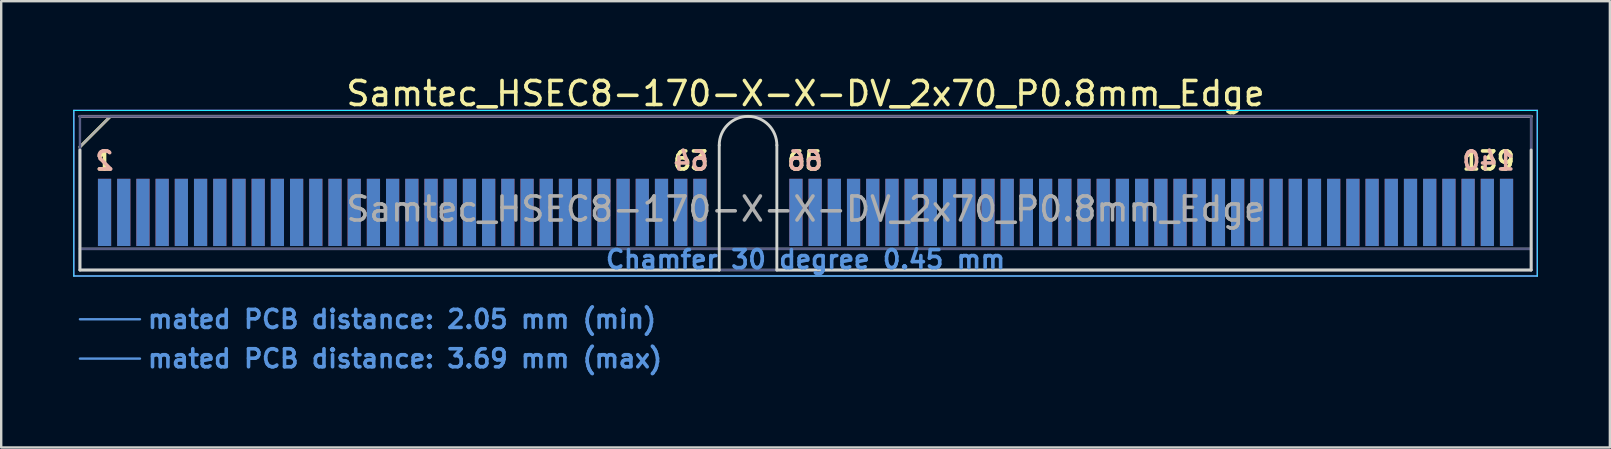
<source format=kicad_pcb>
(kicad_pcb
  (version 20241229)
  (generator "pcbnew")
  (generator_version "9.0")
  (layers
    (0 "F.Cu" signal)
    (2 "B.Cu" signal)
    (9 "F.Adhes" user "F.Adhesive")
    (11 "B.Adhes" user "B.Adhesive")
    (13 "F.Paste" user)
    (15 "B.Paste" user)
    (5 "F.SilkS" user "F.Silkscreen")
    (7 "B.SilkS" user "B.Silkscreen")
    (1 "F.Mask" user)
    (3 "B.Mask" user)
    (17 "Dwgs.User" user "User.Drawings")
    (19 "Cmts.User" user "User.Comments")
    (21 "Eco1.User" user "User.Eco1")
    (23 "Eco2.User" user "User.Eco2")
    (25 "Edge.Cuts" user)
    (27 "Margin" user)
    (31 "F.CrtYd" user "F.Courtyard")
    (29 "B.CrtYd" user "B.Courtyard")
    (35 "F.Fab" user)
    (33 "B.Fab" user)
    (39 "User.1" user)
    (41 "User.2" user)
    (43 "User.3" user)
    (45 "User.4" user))
  (footprint "Samtec_HSEC8-170-X-X-DV_2x70_P0.8mm_Edge"
    (layer "F.Cu")
    (at 30.505 8.198)
    (property "Reference" "Samtec_HSEC8-170-X-X-DV_2x70_P0.8mm_Edge" (at 0 -7.35 0) (layer "F.SilkS") (effects (font (size 1 1) (thickness 0.15))))
    (attr exclude_from_pos_files exclude_from_bom)
    (fp_line (start -30.225 -5.13) (end -28.955 -6.4) (stroke (width 0.12) (type solid)) (layer "F.SilkS"))
    (fp_line (start -28.955 -6.4) (end 30.225 -6.4) (stroke (width 0.12) (type solid)) (layer "F.SilkS"))
    (fp_line (start -30.225 -6.4) (end -30.225 -6.4) (stroke (width 0.12) (type solid)) (layer "B.SilkS"))
    (fp_line (start -30.225 -6.4) (end 30.225 -6.4) (stroke (width 0.12) (type solid)) (layer "B.SilkS"))
    (fp_line (start -30.225 2.05) (end -27.725 2.05) (stroke (width 0.1) (type solid)) (layer "Cmts.User"))
    (fp_line (start -30.225 3.69) (end -27.725 3.69) (stroke (width 0.1) (type solid)) (layer "Cmts.User"))
    (fp_line (start -30.225 -5) (end -30.225 0) (stroke (width 0.12) (type solid)) (layer "Edge.Cuts"))
    (fp_line (start -30.225 0) (end -3.595 0) (stroke (width 0.12) (type solid)) (layer "Edge.Cuts"))
    (fp_line (start -3.595 0) (end -3.595 -5.2) (stroke (width 0.12) (type solid)) (layer "Edge.Cuts"))
    (fp_line (start -1.195 -5.2) (end -1.195 0) (stroke (width 0.12) (type solid)) (layer "Edge.Cuts"))
    (fp_line (start -1.195 0) (end 30.225 0) (stroke (width 0.12) (type solid)) (layer "Edge.Cuts"))
    (fp_line (start 30.225 0) (end 30.225 -5) (stroke (width 0.12) (type solid)) (layer "Edge.Cuts"))
    (fp_arc (start -3.595 -5.2) (mid -2.395 -6.4) (end -1.195 -5.2) (stroke (width 0.12) (type solid)) (layer "Edge.Cuts"))
    (fp_line (start -30.48 -6.65) (end -30.48 0.25) (stroke (width 0.05) (type solid)) (layer "B.CrtYd"))
    (fp_line (start -30.48 0.25) (end 30.48 0.25) (stroke (width 0.05) (type solid)) (layer "B.CrtYd"))
    (fp_line (start 30.48 -6.65) (end -30.48 -6.65) (stroke (width 0.05) (type solid)) (layer "B.CrtYd"))
    (fp_line (start 30.48 0.25) (end 30.48 -6.65) (stroke (width 0.05) (type solid)) (layer "B.CrtYd"))
    (fp_line (start -30.48 -6.65) (end -30.48 0.25) (stroke (width 0.05) (type solid)) (layer "F.CrtYd"))
    (fp_line (start -30.48 0.25) (end 30.48 0.25) (stroke (width 0.05) (type solid)) (layer "F.CrtYd"))
    (fp_line (start 30.48 -6.65) (end -30.48 -6.65) (stroke (width 0.05) (type solid)) (layer "F.CrtYd"))
    (fp_line (start 30.48 0.25) (end 30.48 -6.65) (stroke (width 0.05) (type solid)) (layer "F.CrtYd"))
    (fp_line (start -30.225 -6.4) (end -30.225 -6.4) (stroke (width 0.1) (type solid)) (layer "B.Fab"))
    (fp_line (start -30.225 -6.4) (end -30.225 0) (stroke (width 0.1) (type solid)) (layer "B.Fab"))
    (fp_line (start -30.225 -6.4) (end 30.225 -6.4) (stroke (width 0.1) (type solid)) (layer "B.Fab"))
    (fp_line (start -30.225 -0.88) (end 30.225 -0.88) (stroke (width 0.1) (type solid)) (layer "B.Fab"))
    (fp_line (start -30.225 0) (end 30.225 0) (stroke (width 0.1) (type solid)) (layer "B.Fab"))
    (fp_line (start 30.225 -6.4) (end 30.225 0) (stroke (width 0.1) (type solid)) (layer "B.Fab"))
    (fp_line (start -30.225 -5.13) (end -30.225 0) (stroke (width 0.1) (type solid)) (layer "F.Fab"))
    (fp_line (start -30.225 -5.13) (end -28.955 -6.4) (stroke (width 0.1) (type solid)) (layer "F.Fab"))
    (fp_line (start -30.225 -0.88) (end 30.225 -0.88) (stroke (width 0.1) (type solid)) (layer "F.Fab"))
    (fp_line (start -30.225 0) (end 30.225 0) (stroke (width 0.1) (type solid)) (layer "F.Fab"))
    (fp_line (start -28.955 -6.4) (end 30.225 -6.4) (stroke (width 0.1) (type solid)) (layer "F.Fab"))
    (fp_line (start 30.225 -6.4) (end 30.225 0) (stroke (width 0.1) (type solid)) (layer "F.Fab"))
    (fp_text user "139" (at 28.45 -4.55 0) (layer "F.SilkS") (effects (font (size 0.75 0.75) (thickness 0.15))))
    (fp_text user "1" (at -29.2 -4.55 0) (layer "F.SilkS") (effects (font (size 0.75 0.75) (thickness 0.15))))
    (fp_text user "65" (at -0.025 -4.55 0) (layer "F.SilkS") (effects (font (size 0.75 0.75) (thickness 0.15))))
    (fp_text user "63" (at -4.775 -4.55 0) (layer "F.SilkS") (effects (font (size 0.75 0.75) (thickness 0.15))))
    (fp_text user "140" (at 28.45 -4.55 0) (layer "B.SilkS") (effects (font (size 0.75 0.75) (thickness 0.15)) (justify mirror)))
    (fp_text user "2" (at -29.2 -4.55 0) (layer "B.SilkS") (effects (font (size 0.75 0.75) (thickness 0.15)) (justify mirror)))
    (fp_text user "66" (at -0.025 -4.55 0) (layer "B.SilkS") (effects (font (size 0.75 0.75) (thickness 0.15)) (justify mirror)))
    (fp_text user "64" (at -4.775 -4.55 0) (layer "B.SilkS") (effects (font (size 0.75 0.75) (thickness 0.15)) (justify mirror)))
    (fp_text user "mated PCB distance: 3.69 mm (max)" (at -27.48 3.69 0) (layer "Cmts.User") (effects (font (size 0.75 0.75) (thickness 0.15)) (justify left)))
    (fp_text user "Chamfer 30 degree 0.45 mm" (at 0 -0.44 0) (layer "Cmts.User") (effects (font (size 0.75 0.75) (thickness 0.15))))
    (fp_text user "mated PCB distance: 2.05 mm (min)" (at -27.48 2.05 0) (layer "Cmts.User") (effects (font (size 0.75 0.75) (thickness 0.15)) (justify left)))
    (fp_text user "${REFERENCE}" (at 0 -2.54 0) (layer "F.Fab") (effects (font (size 1 1) (thickness 0.15))))
    (pad "1" connect rect (at -29.2 -2.4) (size 0.55 2.8) (layers "F.Cu" "F.Mask"))
    (pad "2" connect rect (at -29.2 -2.4) (size 0.55 2.8) (layers "B.Cu" "B.Mask"))
    (pad "3" connect rect (at -28.4 -2.4) (size 0.55 2.8) (layers "F.Cu" "F.Mask"))
    (pad "4" connect rect (at -28.4 -2.4) (size 0.55 2.8) (layers "B.Cu" "B.Mask"))
    (pad "5" connect rect (at -27.6 -2.4) (size 0.55 2.8) (layers "F.Cu" "F.Mask"))
    (pad "6" connect rect (at -27.6 -2.4) (size 0.55 2.8) (layers "B.Cu" "B.Mask"))
    (pad "7" connect rect (at -26.8 -2.4) (size 0.55 2.8) (layers "F.Cu" "F.Mask"))
    (pad "8" connect rect (at -26.8 -2.4) (size 0.55 2.8) (layers "B.Cu" "B.Mask"))
    (pad "9" connect rect (at -26 -2.4) (size 0.55 2.8) (layers "F.Cu" "F.Mask"))
    (pad "10" connect rect (at -26 -2.4) (size 0.55 2.8) (layers "B.Cu" "B.Mask"))
    (pad "11" connect rect (at -25.2 -2.4) (size 0.55 2.8) (layers "F.Cu" "F.Mask"))
    (pad "12" connect rect (at -25.2 -2.4) (size 0.55 2.8) (layers "B.Cu" "B.Mask"))
    (pad "13" connect rect (at -24.4 -2.4) (size 0.55 2.8) (layers "F.Cu" "F.Mask"))
    (pad "14" connect rect (at -24.4 -2.4) (size 0.55 2.8) (layers "B.Cu" "B.Mask"))
    (pad "15" connect rect (at -23.6 -2.4) (size 0.55 2.8) (layers "F.Cu" "F.Mask"))
    (pad "16" connect rect (at -23.6 -2.4) (size 0.55 2.8) (layers "B.Cu" "B.Mask"))
    (pad "17" connect rect (at -22.8 -2.4) (size 0.55 2.8) (layers "F.Cu" "F.Mask"))
    (pad "18" connect rect (at -22.8 -2.4) (size 0.55 2.8) (layers "B.Cu" "B.Mask"))
    (pad "19" connect rect (at -22 -2.4) (size 0.55 2.8) (layers "F.Cu" "F.Mask"))
    (pad "20" connect rect (at -22 -2.4) (size 0.55 2.8) (layers "B.Cu" "B.Mask"))
    (pad "21" connect rect (at -21.2 -2.4) (size 0.55 2.8) (layers "F.Cu" "F.Mask"))
    (pad "22" connect rect (at -21.2 -2.4) (size 0.55 2.8) (layers "B.Cu" "B.Mask"))
    (pad "23" connect rect (at -20.4 -2.4) (size 0.55 2.8) (layers "F.Cu" "F.Mask"))
    (pad "24" connect rect (at -20.4 -2.4) (size 0.55 2.8) (layers "B.Cu" "B.Mask"))
    (pad "25" connect rect (at -19.6 -2.4) (size 0.55 2.8) (layers "F.Cu" "F.Mask"))
    (pad "26" connect rect (at -19.6 -2.4) (size 0.55 2.8) (layers "B.Cu" "B.Mask"))
    (pad "27" connect rect (at -18.8 -2.4) (size 0.55 2.8) (layers "F.Cu" "F.Mask"))
    (pad "28" connect rect (at -18.8 -2.4) (size 0.55 2.8) (layers "B.Cu" "B.Mask"))
    (pad "29" connect rect (at -18 -2.4) (size 0.55 2.8) (layers "F.Cu" "F.Mask"))
    (pad "30" connect rect (at -18 -2.4) (size 0.55 2.8) (layers "B.Cu" "B.Mask"))
    (pad "31" connect rect (at -17.2 -2.4) (size 0.55 2.8) (layers "F.Cu" "F.Mask"))
    (pad "32" connect rect (at -17.2 -2.4) (size 0.55 2.8) (layers "B.Cu" "B.Mask"))
    (pad "33" connect rect (at -16.4 -2.4) (size 0.55 2.8) (layers "F.Cu" "F.Mask"))
    (pad "34" connect rect (at -16.4 -2.4) (size 0.55 2.8) (layers "B.Cu" "B.Mask"))
    (pad "35" connect rect (at -15.6 -2.4) (size 0.55 2.8) (layers "F.Cu" "F.Mask"))
    (pad "36" connect rect (at -15.6 -2.4) (size 0.55 2.8) (layers "B.Cu" "B.Mask"))
    (pad "37" connect rect (at -14.8 -2.4) (size 0.55 2.8) (layers "F.Cu" "F.Mask"))
    (pad "38" connect rect (at -14.8 -2.4) (size 0.55 2.8) (layers "B.Cu" "B.Mask"))
    (pad "39" connect rect (at -14 -2.4) (size 0.55 2.8) (layers "F.Cu" "F.Mask"))
    (pad "40" connect rect (at -14 -2.4) (size 0.55 2.8) (layers "B.Cu" "B.Mask"))
    (pad "41" connect rect (at -13.2 -2.4) (size 0.55 2.8) (layers "F.Cu" "F.Mask"))
    (pad "42" connect rect (at -13.2 -2.4) (size 0.55 2.8) (layers "B.Cu" "B.Mask"))
    (pad "43" connect rect (at -12.4 -2.4) (size 0.55 2.8) (layers "F.Cu" "F.Mask"))
    (pad "44" connect rect (at -12.4 -2.4) (size 0.55 2.8) (layers "B.Cu" "B.Mask"))
    (pad "45" connect rect (at -11.6 -2.4) (size 0.55 2.8) (layers "F.Cu" "F.Mask"))
    (pad "46" connect rect (at -11.6 -2.4) (size 0.55 2.8) (layers "B.Cu" "B.Mask"))
    (pad "47" connect rect (at -10.8 -2.4) (size 0.55 2.8) (layers "F.Cu" "F.Mask"))
    (pad "48" connect rect (at -10.8 -2.4) (size 0.55 2.8) (layers "B.Cu" "B.Mask"))
    (pad "49" connect rect (at -10 -2.4) (size 0.55 2.8) (layers "F.Cu" "F.Mask"))
    (pad "50" connect rect (at -10 -2.4) (size 0.55 2.8) (layers "B.Cu" "B.Mask"))
    (pad "51" connect rect (at -9.2 -2.4) (size 0.55 2.8) (layers "F.Cu" "F.Mask"))
    (pad "52" connect rect (at -9.2 -2.4) (size 0.55 2.8) (layers "B.Cu" "B.Mask"))
    (pad "53" connect rect (at -8.4 -2.4) (size 0.55 2.8) (layers "F.Cu" "F.Mask"))
    (pad "54" connect rect (at -8.4 -2.4) (size 0.55 2.8) (layers "B.Cu" "B.Mask"))
    (pad "55" connect rect (at -7.6 -2.4) (size 0.55 2.8) (layers "F.Cu" "F.Mask"))
    (pad "56" connect rect (at -7.6 -2.4) (size 0.55 2.8) (layers "B.Cu" "B.Mask"))
    (pad "57" connect rect (at -6.8 -2.4) (size 0.55 2.8) (layers "F.Cu" "F.Mask"))
    (pad "58" connect rect (at -6.8 -2.4) (size 0.55 2.8) (layers "B.Cu" "B.Mask"))
    (pad "59" connect rect (at -6 -2.4) (size 0.55 2.8) (layers "F.Cu" "F.Mask"))
    (pad "60" connect rect (at -6 -2.4) (size 0.55 2.8) (layers "B.Cu" "B.Mask"))
    (pad "61" connect rect (at -5.2 -2.4) (size 0.55 2.8) (layers "F.Cu" "F.Mask"))
    (pad "62" connect rect (at -5.2 -2.4) (size 0.55 2.8) (layers "B.Cu" "B.Mask"))
    (pad "63" connect rect (at -4.4 -2.4) (size 0.55 2.8) (layers "F.Cu" "F.Mask"))
    (pad "64" connect rect (at -4.4 -2.4) (size 0.55 2.8) (layers "B.Cu" "B.Mask"))
    (pad "65" connect rect (at -0.4 -2.4) (size 0.55 2.8) (layers "F.Cu" "F.Mask"))
    (pad "66" connect rect (at -0.4 -2.4) (size 0.55 2.8) (layers "B.Cu" "B.Mask"))
    (pad "67" connect rect (at 0.4 -2.4) (size 0.55 2.8) (layers "F.Cu" "F.Mask"))
    (pad "68" connect rect (at 0.4 -2.4) (size 0.55 2.8) (layers "B.Cu" "B.Mask"))
    (pad "69" connect rect (at 1.2 -2.4) (size 0.55 2.8) (layers "F.Cu" "F.Mask"))
    (pad "70" connect rect (at 1.2 -2.4) (size 0.55 2.8) (layers "B.Cu" "B.Mask"))
    (pad "71" connect rect (at 2 -2.4) (size 0.55 2.8) (layers "F.Cu" "F.Mask"))
    (pad "72" connect rect (at 2 -2.4) (size 0.55 2.8) (layers "B.Cu" "B.Mask"))
    (pad "73" connect rect (at 2.8 -2.4) (size 0.55 2.8) (layers "F.Cu" "F.Mask"))
    (pad "74" connect rect (at 2.8 -2.4) (size 0.55 2.8) (layers "B.Cu" "B.Mask"))
    (pad "75" connect rect (at 3.6 -2.4) (size 0.55 2.8) (layers "F.Cu" "F.Mask"))
    (pad "76" connect rect (at 3.6 -2.4) (size 0.55 2.8) (layers "B.Cu" "B.Mask"))
    (pad "77" connect rect (at 4.4 -2.4) (size 0.55 2.8) (layers "F.Cu" "F.Mask"))
    (pad "78" connect rect (at 4.4 -2.4) (size 0.55 2.8) (layers "B.Cu" "B.Mask"))
    (pad "79" connect rect (at 5.2 -2.4) (size 0.55 2.8) (layers "F.Cu" "F.Mask"))
    (pad "80" connect rect (at 5.2 -2.4) (size 0.55 2.8) (layers "B.Cu" "B.Mask"))
    (pad "81" connect rect (at 6 -2.4) (size 0.55 2.8) (layers "F.Cu" "F.Mask"))
    (pad "82" connect rect (at 6 -2.4) (size 0.55 2.8) (layers "B.Cu" "B.Mask"))
    (pad "83" connect rect (at 6.8 -2.4) (size 0.55 2.8) (layers "F.Cu" "F.Mask"))
    (pad "84" connect rect (at 6.8 -2.4) (size 0.55 2.8) (layers "B.Cu" "B.Mask"))
    (pad "85" connect rect (at 7.6 -2.4) (size 0.55 2.8) (layers "F.Cu" "F.Mask"))
    (pad "86" connect rect (at 7.6 -2.4) (size 0.55 2.8) (layers "B.Cu" "B.Mask"))
    (pad "87" connect rect (at 8.4 -2.4) (size 0.55 2.8) (layers "F.Cu" "F.Mask"))
    (pad "88" connect rect (at 8.4 -2.4) (size 0.55 2.8) (layers "B.Cu" "B.Mask"))
    (pad "89" connect rect (at 9.2 -2.4) (size 0.55 2.8) (layers "F.Cu" "F.Mask"))
    (pad "90" connect rect (at 9.2 -2.4) (size 0.55 2.8) (layers "B.Cu" "B.Mask"))
    (pad "91" connect rect (at 10 -2.4) (size 0.55 2.8) (layers "F.Cu" "F.Mask"))
    (pad "92" connect rect (at 10 -2.4) (size 0.55 2.8) (layers "B.Cu" "B.Mask"))
    (pad "93" connect rect (at 10.8 -2.4) (size 0.55 2.8) (layers "F.Cu" "F.Mask"))
    (pad "94" connect rect (at 10.8 -2.4) (size 0.55 2.8) (layers "B.Cu" "B.Mask"))
    (pad "95" connect rect (at 11.6 -2.4) (size 0.55 2.8) (layers "F.Cu" "F.Mask"))
    (pad "96" connect rect (at 11.6 -2.4) (size 0.55 2.8) (layers "B.Cu" "B.Mask"))
    (pad "97" connect rect (at 12.4 -2.4) (size 0.55 2.8) (layers "F.Cu" "F.Mask"))
    (pad "98" connect rect (at 12.4 -2.4) (size 0.55 2.8) (layers "B.Cu" "B.Mask"))
    (pad "99" connect rect (at 13.2 -2.4) (size 0.55 2.8) (layers "F.Cu" "F.Mask"))
    (pad "100" connect rect (at 13.2 -2.4) (size 0.55 2.8) (layers "B.Cu" "B.Mask"))
    (pad "101" connect rect (at 14 -2.4) (size 0.55 2.8) (layers "F.Cu" "F.Mask"))
    (pad "102" connect rect (at 14 -2.4) (size 0.55 2.8) (layers "B.Cu" "B.Mask"))
    (pad "103" connect rect (at 14.8 -2.4) (size 0.55 2.8) (layers "F.Cu" "F.Mask"))
    (pad "104" connect rect (at 14.8 -2.4) (size 0.55 2.8) (layers "B.Cu" "B.Mask"))
    (pad "105" connect rect (at 15.6 -2.4) (size 0.55 2.8) (layers "F.Cu" "F.Mask"))
    (pad "106" connect rect (at 15.6 -2.4) (size 0.55 2.8) (layers "B.Cu" "B.Mask"))
    (pad "107" connect rect (at 16.4 -2.4) (size 0.55 2.8) (layers "F.Cu" "F.Mask"))
    (pad "108" connect rect (at 16.4 -2.4) (size 0.55 2.8) (layers "B.Cu" "B.Mask"))
    (pad "109" connect rect (at 17.2 -2.4) (size 0.55 2.8) (layers "F.Cu" "F.Mask"))
    (pad "110" connect rect (at 17.2 -2.4) (size 0.55 2.8) (layers "B.Cu" "B.Mask"))
    (pad "111" connect rect (at 18 -2.4) (size 0.55 2.8) (layers "F.Cu" "F.Mask"))
    (pad "112" connect rect (at 18 -2.4) (size 0.55 2.8) (layers "B.Cu" "B.Mask"))
    (pad "113" connect rect (at 18.8 -2.4) (size 0.55 2.8) (layers "F.Cu" "F.Mask"))
    (pad "114" connect rect (at 18.8 -2.4) (size 0.55 2.8) (layers "B.Cu" "B.Mask"))
    (pad "115" connect rect (at 19.6 -2.4) (size 0.55 2.8) (layers "F.Cu" "F.Mask"))
    (pad "116" connect rect (at 19.6 -2.4) (size 0.55 2.8) (layers "B.Cu" "B.Mask"))
    (pad "117" connect rect (at 20.4 -2.4) (size 0.55 2.8) (layers "F.Cu" "F.Mask"))
    (pad "118" connect rect (at 20.4 -2.4) (size 0.55 2.8) (layers "B.Cu" "B.Mask"))
    (pad "119" connect rect (at 21.2 -2.4) (size 0.55 2.8) (layers "F.Cu" "F.Mask"))
    (pad "120" connect rect (at 21.2 -2.4) (size 0.55 2.8) (layers "B.Cu" "B.Mask"))
    (pad "121" connect rect (at 22 -2.4) (size 0.55 2.8) (layers "F.Cu" "F.Mask"))
    (pad "122" connect rect (at 22 -2.4) (size 0.55 2.8) (layers "B.Cu" "B.Mask"))
    (pad "123" connect rect (at 22.8 -2.4) (size 0.55 2.8) (layers "F.Cu" "F.Mask"))
    (pad "124" connect rect (at 22.8 -2.4) (size 0.55 2.8) (layers "B.Cu" "B.Mask"))
    (pad "125" connect rect (at 23.6 -2.4) (size 0.55 2.8) (layers "F.Cu" "F.Mask"))
    (pad "126" connect rect (at 23.6 -2.4) (size 0.55 2.8) (layers "B.Cu" "B.Mask"))
    (pad "127" connect rect (at 24.4 -2.4) (size 0.55 2.8) (layers "F.Cu" "F.Mask"))
    (pad "128" connect rect (at 24.4 -2.4) (size 0.55 2.8) (layers "B.Cu" "B.Mask"))
    (pad "129" connect rect (at 25.2 -2.4) (size 0.55 2.8) (layers "F.Cu" "F.Mask"))
    (pad "130" connect rect (at 25.2 -2.4) (size 0.55 2.8) (layers "B.Cu" "B.Mask"))
    (pad "131" connect rect (at 26 -2.4) (size 0.55 2.8) (layers "F.Cu" "F.Mask"))
    (pad "132" connect rect (at 26 -2.4) (size 0.55 2.8) (layers "B.Cu" "B.Mask"))
    (pad "133" connect rect (at 26.8 -2.4) (size 0.55 2.8) (layers "F.Cu" "F.Mask"))
    (pad "134" connect rect (at 26.8 -2.4) (size 0.55 2.8) (layers "B.Cu" "B.Mask"))
    (pad "135" connect rect (at 27.6 -2.4) (size 0.55 2.8) (layers "F.Cu" "F.Mask"))
    (pad "136" connect rect (at 27.6 -2.4) (size 0.55 2.8) (layers "B.Cu" "B.Mask"))
    (pad "137" connect rect (at 28.4 -2.4) (size 0.55 2.8) (layers "F.Cu" "F.Mask"))
    (pad "138" connect rect (at 28.4 -2.4) (size 0.55 2.8) (layers "B.Cu" "B.Mask"))
    (pad "139" connect rect (at 29.2 -2.4) (size 0.55 2.8) (layers "F.Cu" "F.Mask"))
    (pad "140" connect rect (at 29.2 -2.4) (size 0.55 2.8) (layers "B.Cu" "B.Mask")))
  (gr_rect
    (start -3 -3)
    (end 64.01 15.59)
    (stroke (width 0.1) (type default))
    (fill no)
    (layer "Edge.Cuts")))
</source>
